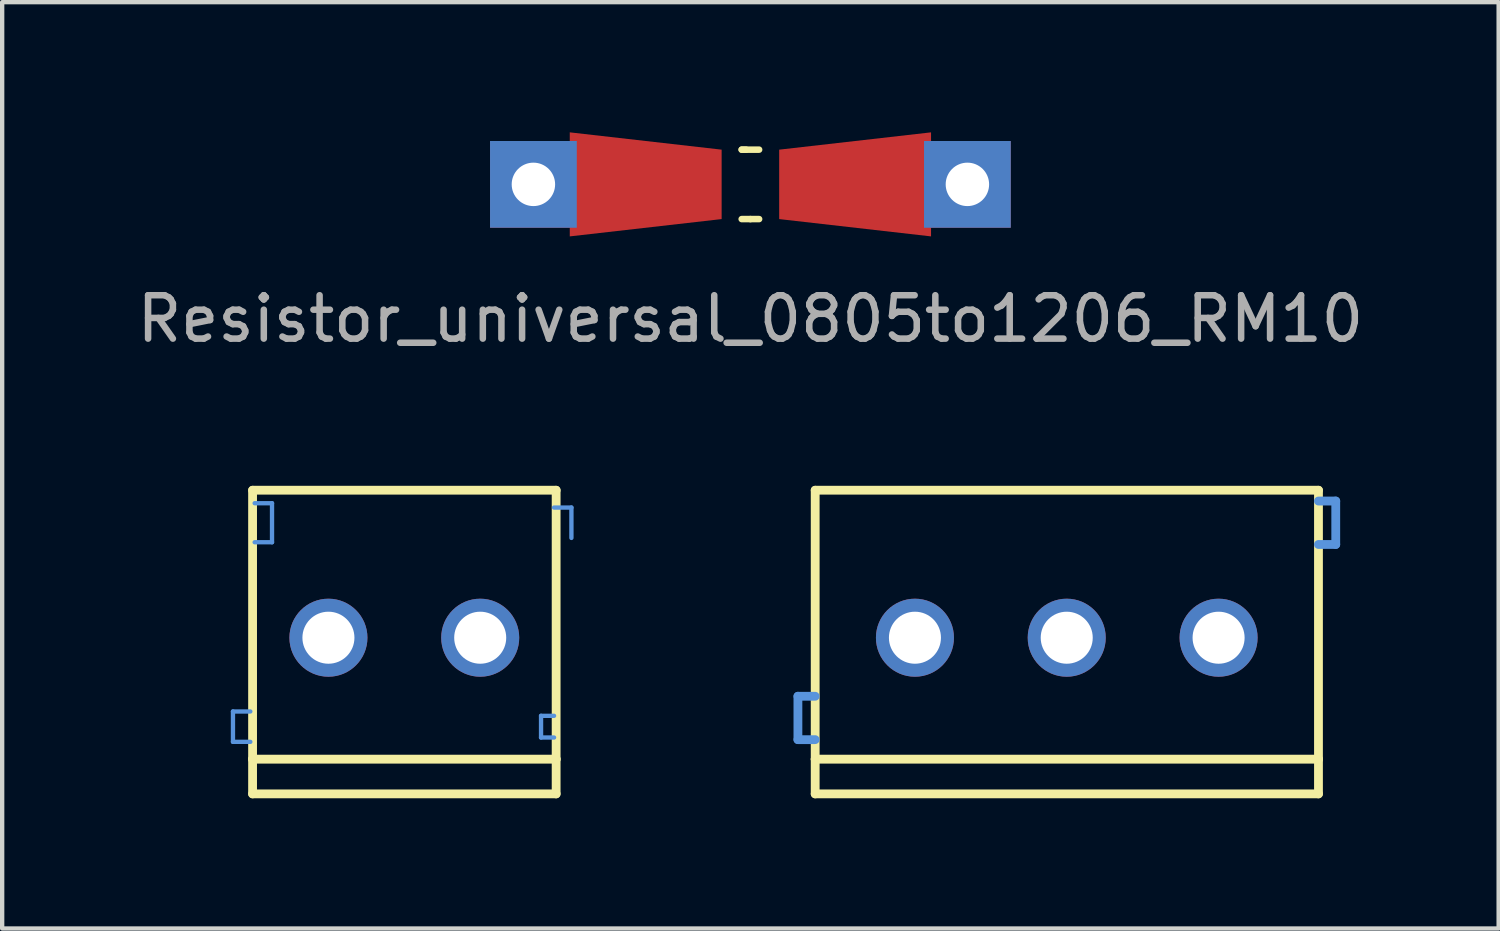
<source format=kicad_pcb>
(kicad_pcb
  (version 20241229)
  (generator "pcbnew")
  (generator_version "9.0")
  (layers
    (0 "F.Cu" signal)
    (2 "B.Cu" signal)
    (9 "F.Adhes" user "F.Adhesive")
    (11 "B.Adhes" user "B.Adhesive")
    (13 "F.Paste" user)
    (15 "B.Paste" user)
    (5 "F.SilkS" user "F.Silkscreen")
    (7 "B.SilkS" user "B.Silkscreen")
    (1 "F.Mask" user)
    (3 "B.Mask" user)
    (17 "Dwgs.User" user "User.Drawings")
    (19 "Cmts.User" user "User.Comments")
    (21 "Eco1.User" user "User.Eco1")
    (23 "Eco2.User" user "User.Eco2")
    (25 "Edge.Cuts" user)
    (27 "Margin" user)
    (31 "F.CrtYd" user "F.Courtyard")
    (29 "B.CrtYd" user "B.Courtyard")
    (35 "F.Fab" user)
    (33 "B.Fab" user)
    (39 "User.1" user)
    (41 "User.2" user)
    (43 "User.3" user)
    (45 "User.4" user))
  (footprint "Resistor_universal_0805to1206_RM10"
    (layer "F.Cu")
    (at 14.244 1.199)
    (property "Reference" "Resistor_universal_0805to1206_RM10" (at 0 3.1 0) (layer "F.Fab") (effects (font (size 1 1) (thickness 0.15))))
    (attr through_hole)
    (fp_line (start -0.201 -0.8) (end 0.201 -0.8) (stroke (width 0.15) (type solid)) (layer "F.SilkS"))
    (fp_line (start -0.099 -0.8) (end -0.201 -0.8) (stroke (width 0.15) (type solid)) (layer "F.SilkS"))
    (fp_line (start 0 0.8) (end -0.201 0.8) (stroke (width 0.15) (type solid)) (layer "F.SilkS"))
    (fp_line (start 0 0.8) (end 0.201 0.8) (stroke (width 0.15) (type solid)) (layer "F.SilkS"))
    (pad "1" thru_hole rect (at -5.001 0 180) (size 1.999 1.999) (drill 1.001) (layers "*.Cu" "*.Mask"))
    (pad "1" smd trapezoid (at -2.413 0) (size 3.5 1.999) (rect_delta 0.399 0) (layers "F.Cu" "F.Mask" "F.Paste"))
    (pad "2" smd trapezoid (at 2.413 0 180) (size 3.5 1.999) (rect_delta 0.399 0) (layers "F.Cu" "F.Mask" "F.Paste"))
    (pad "2" thru_hole rect (at 5.001 0 180) (size 1.999 1.999) (drill 1.001) (layers "*.Cu" "*.Mask")))
  (footprint "SCREWTERMINAL-3.5MM-3"
    (layer "F.Cu")
    (at 21.536 11.647)
    (property "Reference" "SCREWTERMINAL-3.5MM-3" (at -0.2 -1.85 0) (layer "Eco1.User") (effects (font (size 0.406 0.406) (thickness 0.03))))
    (attr through_hole)
    (fp_line (start -5.799 -3.399) (end 5.8 -3.399) (stroke (width 0.203) (type solid)) (layer "F.SilkS"))
    (fp_line (start -5.799 2.799) (end -5.799 -3.399) (stroke (width 0.203) (type solid)) (layer "F.SilkS"))
    (fp_line (start -5.799 3.599) (end -5.799 2.799) (stroke (width 0.203) (type solid)) (layer "F.SilkS"))
    (fp_line (start 5.8 -3.399) (end 5.8 2.799) (stroke (width 0.203) (type solid)) (layer "F.SilkS"))
    (fp_line (start 5.8 2.799) (end -5.799 2.799) (stroke (width 0.203) (type solid)) (layer "F.SilkS"))
    (fp_line (start 5.8 2.799) (end 5.8 3.599) (stroke (width 0.203) (type solid)) (layer "F.SilkS"))
    (fp_line (start 5.8 3.599) (end -5.799 3.599) (stroke (width 0.203) (type solid)) (layer "F.SilkS"))
    (fp_line (start -6.197 1.349) (end -6.197 2.349) (stroke (width 0.203) (type solid)) (layer "Cmts.User"))
    (fp_line (start -6.197 2.349) (end -5.799 2.349) (stroke (width 0.203) (type solid)) (layer "Cmts.User"))
    (fp_line (start -5.799 1.349) (end -6.197 1.349) (stroke (width 0.203) (type solid)) (layer "Cmts.User"))
    (fp_line (start 5.799 -3.15) (end 6.198 -3.15) (stroke (width 0.203) (type solid)) (layer "Cmts.User"))
    (fp_line (start 6.198 -3.15) (end 6.198 -2.149) (stroke (width 0.203) (type solid)) (layer "Cmts.User"))
    (fp_line (start 6.198 -2.149) (end 5.799 -2.149) (stroke (width 0.203) (type solid)) (layer "Cmts.User"))
    (pad "1" thru_hole oval (at -3.5 0) (size 1.798 1.798) (drill 1.199) (layers "*.Cu" "*.Mask"))
    (pad "2" thru_hole oval (at -0.002 0) (size 1.798 1.798) (drill 1.199) (layers "*.Cu" "*.Mask"))
    (pad "3" thru_hole oval (at 3.498 0) (size 1.798 1.798) (drill 1.199) (layers "*.Cu" "*.Mask")))
  (footprint "SCREWTERMINAL-3.5MM-2"
    (layer "F.Cu")
    (at 4.519 11.647)
    (property "Reference" "SCREWTERMINAL-3.5MM-2" (at 1.6 -1.9 0) (layer "Eco1.User") (effects (font (size 0.6 0.6) (thickness 0.1))))
    (attr through_hole)
    (fp_line (start -1.748 -3.399) (end 5.248 -3.399) (stroke (width 0.203) (type solid)) (layer "F.SilkS"))
    (fp_line (start -1.748 2.799) (end -1.748 -3.399) (stroke (width 0.203) (type solid)) (layer "F.SilkS"))
    (fp_line (start -1.748 3.599) (end -1.748 2.799) (stroke (width 0.203) (type solid)) (layer "F.SilkS"))
    (fp_line (start 5.248 -3.399) (end 5.248 2.799) (stroke (width 0.203) (type solid)) (layer "F.SilkS"))
    (fp_line (start 5.248 2.799) (end -1.748 2.799) (stroke (width 0.203) (type solid)) (layer "F.SilkS"))
    (fp_line (start 5.248 2.799) (end 5.248 3.599) (stroke (width 0.203) (type solid)) (layer "F.SilkS"))
    (fp_line (start 5.248 3.599) (end -1.748 3.599) (stroke (width 0.203) (type solid)) (layer "F.SilkS"))
    (fp_line (start 5.6 -2.3) (end 5.2 -2.3) (stroke (width 0.1) (type solid)) (layer "B.Adhes"))
    (fp_line (start -2.2 1.7) (end -1.8 1.7) (stroke (width 0.1) (type solid)) (layer "Cmts.User"))
    (fp_line (start -2.2 2.4) (end -2.2 1.7) (stroke (width 0.1) (type solid)) (layer "Cmts.User"))
    (fp_line (start -2.2 2.4) (end -1.8 2.4) (stroke (width 0.1) (type solid)) (layer "Cmts.User"))
    (fp_line (start -1.7 -3.1) (end -1.3 -3.1) (stroke (width 0.1) (type solid)) (layer "Cmts.User"))
    (fp_line (start -1.3 -3.1) (end -1.3 -2.2) (stroke (width 0.1) (type solid)) (layer "Cmts.User"))
    (fp_line (start -1.3 -2.2) (end -1.7 -2.2) (stroke (width 0.1) (type solid)) (layer "Cmts.User"))
    (fp_line (start 4.9 1.8) (end 5.2 1.8) (stroke (width 0.1) (type solid)) (layer "Cmts.User"))
    (fp_line (start 4.9 2.3) (end 4.9 1.8) (stroke (width 0.1) (type solid)) (layer "Cmts.User"))
    (fp_line (start 5.2 2.3) (end 4.9 2.3) (stroke (width 0.1) (type solid)) (layer "Cmts.User"))
    (fp_line (start 5.6 -3) (end 5.2 -3) (stroke (width 0.1) (type solid)) (layer "Cmts.User"))
    (fp_line (start 5.6 -3) (end 5.6 -2.3) (stroke (width 0.1) (type solid)) (layer "Cmts.User"))
    (pad "1" thru_hole oval (at 0 0) (size 1.798 1.798) (drill 1.199) (layers "*.Cu" "*.Mask"))
    (pad "2" thru_hole oval (at 3.498 0) (size 1.798 1.798) (drill 1.199) (layers "*.Cu" "*.Mask")))
  (gr_rect
    (start -3 -3)
    (end 31.488 18.348)
    (stroke (width 0.1) (type default))
    (fill no)
    (layer "Edge.Cuts")))
</source>
